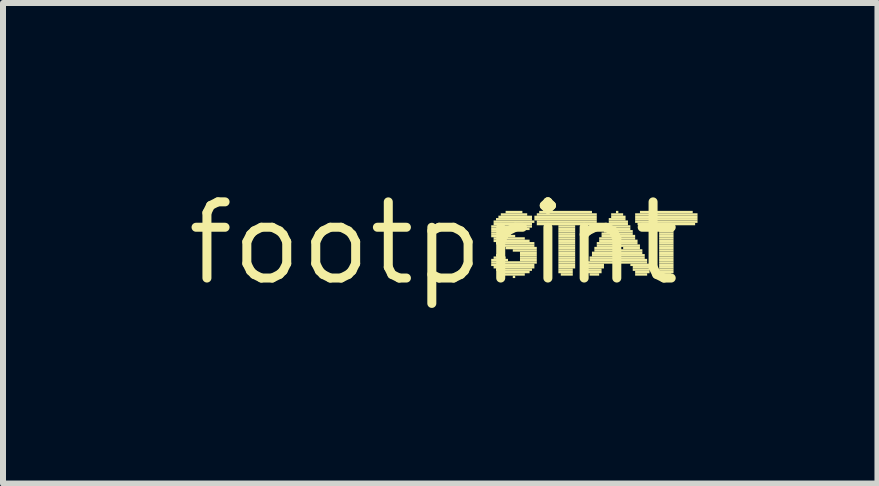
<source format=kicad_pcb>
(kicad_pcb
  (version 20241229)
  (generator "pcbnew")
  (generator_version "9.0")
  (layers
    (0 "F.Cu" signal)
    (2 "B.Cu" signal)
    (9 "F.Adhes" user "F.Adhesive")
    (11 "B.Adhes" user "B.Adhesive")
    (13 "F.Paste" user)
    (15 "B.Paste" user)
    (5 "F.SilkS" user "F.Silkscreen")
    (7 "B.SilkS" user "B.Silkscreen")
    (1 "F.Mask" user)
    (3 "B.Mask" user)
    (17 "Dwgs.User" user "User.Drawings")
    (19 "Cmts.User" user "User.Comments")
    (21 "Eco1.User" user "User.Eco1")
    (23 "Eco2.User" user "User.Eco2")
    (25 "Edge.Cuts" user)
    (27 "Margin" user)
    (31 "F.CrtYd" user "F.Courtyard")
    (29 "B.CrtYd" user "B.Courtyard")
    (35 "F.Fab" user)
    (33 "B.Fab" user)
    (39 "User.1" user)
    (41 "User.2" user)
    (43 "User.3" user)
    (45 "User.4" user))
  (footprint "footprint"
    (layer "F.Cu")
    (at 4.18 1.006)
    (property "Reference" "footprint" (at 0 0 0) (layer "F.SilkS") (effects (font (size 1.27 1.27) (thickness 0.15))))
    (fp_poly (pts (xy 0.96 -0.26) (xy 1.28 -0.26) (xy 1.28 -0.3) (xy 0.96 -0.3)) (stroke (width 0) (type solid)) (fill yes) (layer "F.SilkS"))
    (fp_poly (pts (xy 0.96 -0.22) (xy 1.24 -0.22) (xy 1.24 -0.26) (xy 0.96 -0.26)) (stroke (width 0) (type solid)) (fill yes) (layer "F.SilkS"))
    (fp_poly (pts (xy 0.96 -0.18) (xy 1.24 -0.18) (xy 1.24 -0.22) (xy 0.96 -0.22)) (stroke (width 0) (type solid)) (fill yes) (layer "F.SilkS"))
    (fp_poly (pts (xy 0.96 -0.14) (xy 1.28 -0.14) (xy 1.28 -0.18) (xy 0.96 -0.18)) (stroke (width 0) (type solid)) (fill yes) (layer "F.SilkS"))
    (fp_poly (pts (xy 0.96 -0.1) (xy 1.36 -0.1) (xy 1.36 -0.14) (xy 0.96 -0.14)) (stroke (width 0) (type solid)) (fill yes) (layer "F.SilkS"))
    (fp_poly (pts (xy 0.96 0.3) (xy 1.24 0.3) (xy 1.24 0.26) (xy 0.96 0.26)) (stroke (width 0) (type solid)) (fill yes) (layer "F.SilkS"))
    (fp_poly (pts (xy 0.96 0.34) (xy 1.72 0.34) (xy 1.72 0.3) (xy 0.96 0.3)) (stroke (width 0) (type solid)) (fill yes) (layer "F.SilkS"))
    (fp_poly (pts (xy 0.96 0.38) (xy 1.68 0.38) (xy 1.68 0.34) (xy 0.96 0.34)) (stroke (width 0) (type solid)) (fill yes) (layer "F.SilkS"))
    (fp_poly (pts (xy 1 -0.34) (xy 1.68 -0.34) (xy 1.68 -0.38) (xy 1 -0.38)) (stroke (width 0) (type solid)) (fill yes) (layer "F.SilkS"))
    (fp_poly (pts (xy 1 -0.3) (xy 1.64 -0.3) (xy 1.64 -0.34) (xy 1 -0.34)) (stroke (width 0) (type solid)) (fill yes) (layer "F.SilkS"))
    (fp_poly (pts (xy 1 -0.06) (xy 1.52 -0.06) (xy 1.52 -0.1) (xy 1 -0.1)) (stroke (width 0) (type solid)) (fill yes) (layer "F.SilkS"))
    (fp_poly (pts (xy 1 -0.02) (xy 1.6 -0.02) (xy 1.6 -0.06) (xy 1 -0.06)) (stroke (width 0) (type solid)) (fill yes) (layer "F.SilkS"))
    (fp_poly (pts (xy 1 0.26) (xy 1.2 0.26) (xy 1.2 0.22) (xy 1 0.22)) (stroke (width 0) (type solid)) (fill yes) (layer "F.SilkS"))
    (fp_poly (pts (xy 1 0.42) (xy 1.68 0.42) (xy 1.68 0.38) (xy 1 0.38)) (stroke (width 0) (type solid)) (fill yes) (layer "F.SilkS"))
    (fp_poly (pts (xy 1.04 -0.38) (xy 1.64 -0.38) (xy 1.64 -0.42) (xy 1.04 -0.42)) (stroke (width 0) (type solid)) (fill yes) (layer "F.SilkS"))
    (fp_poly (pts (xy 1.04 0.02) (xy 1.68 0.02) (xy 1.68 -0.02) (xy 1.04 -0.02)) (stroke (width 0) (type solid)) (fill yes) (layer "F.SilkS"))
    (fp_poly (pts (xy 1.04 0.22) (xy 1.16 0.22) (xy 1.16 0.18) (xy 1.04 0.18)) (stroke (width 0) (type solid)) (fill yes) (layer "F.SilkS"))
    (fp_poly (pts (xy 1.04 0.46) (xy 1.64 0.46) (xy 1.64 0.42) (xy 1.04 0.42)) (stroke (width 0) (type solid)) (fill yes) (layer "F.SilkS"))
    (fp_poly (pts (xy 1.08 -0.42) (xy 1.64 -0.42) (xy 1.64 -0.46) (xy 1.08 -0.46)) (stroke (width 0) (type solid)) (fill yes) (layer "F.SilkS"))
    (fp_poly (pts (xy 1.08 0.5) (xy 1.6 0.5) (xy 1.6 0.46) (xy 1.08 0.46)) (stroke (width 0) (type solid)) (fill yes) (layer "F.SilkS"))
    (fp_poly (pts (xy 1.12 -0.46) (xy 1.56 -0.46) (xy 1.56 -0.5) (xy 1.12 -0.5)) (stroke (width 0) (type solid)) (fill yes) (layer "F.SilkS"))
    (fp_poly (pts (xy 1.12 0.06) (xy 1.68 0.06) (xy 1.68 0.02) (xy 1.12 0.02)) (stroke (width 0) (type solid)) (fill yes) (layer "F.SilkS"))
    (fp_poly (pts (xy 1.16 0.54) (xy 1.52 0.54) (xy 1.52 0.5) (xy 1.16 0.5)) (stroke (width 0) (type solid)) (fill yes) (layer "F.SilkS"))
    (fp_poly (pts (xy 1.2 -0.5) (xy 1.48 -0.5) (xy 1.48 -0.54) (xy 1.2 -0.54)) (stroke (width 0) (type solid)) (fill yes) (layer "F.SilkS"))
    (fp_poly (pts (xy 1.2 0.1) (xy 1.72 0.1) (xy 1.72 0.06) (xy 1.2 0.06)) (stroke (width 0) (type solid)) (fill yes) (layer "F.SilkS"))
    (fp_poly (pts (xy 1.32 0.14) (xy 1.72 0.14) (xy 1.72 0.1) (xy 1.32 0.1)) (stroke (width 0) (type solid)) (fill yes) (layer "F.SilkS"))
    (fp_poly (pts (xy 1.32 0.58) (xy 1.36 0.58) (xy 1.36 0.54) (xy 1.32 0.54)) (stroke (width 0) (type solid)) (fill yes) (layer "F.SilkS"))
    (fp_poly (pts (xy 1.4 -0.26) (xy 1.64 -0.26) (xy 1.64 -0.3) (xy 1.4 -0.3)) (stroke (width 0) (type solid)) (fill yes) (layer "F.SilkS"))
    (fp_poly (pts (xy 1.44 -0.22) (xy 1.6 -0.22) (xy 1.6 -0.26) (xy 1.44 -0.26)) (stroke (width 0) (type solid)) (fill yes) (layer "F.SilkS"))
    (fp_poly (pts (xy 1.44 0.18) (xy 1.72 0.18) (xy 1.72 0.14) (xy 1.44 0.14)) (stroke (width 0) (type solid)) (fill yes) (layer "F.SilkS"))
    (fp_poly (pts (xy 1.44 0.22) (xy 1.72 0.22) (xy 1.72 0.18) (xy 1.44 0.18)) (stroke (width 0) (type solid)) (fill yes) (layer "F.SilkS"))
    (fp_poly (pts (xy 1.44 0.26) (xy 1.72 0.26) (xy 1.72 0.22) (xy 1.44 0.22)) (stroke (width 0) (type solid)) (fill yes) (layer "F.SilkS"))
    (fp_poly (pts (xy 1.44 0.3) (xy 1.72 0.3) (xy 1.72 0.26) (xy 1.44 0.26)) (stroke (width 0) (type solid)) (fill yes) (layer "F.SilkS"))
    (fp_poly (pts (xy 1.68 -0.42) (xy 2.72 -0.42) (xy 2.72 -0.46) (xy 1.68 -0.46)) (stroke (width 0) (type solid)) (fill yes) (layer "F.SilkS"))
    (fp_poly (pts (xy 1.68 -0.38) (xy 2.72 -0.38) (xy 2.72 -0.42) (xy 1.68 -0.42)) (stroke (width 0) (type solid)) (fill yes) (layer "F.SilkS"))
    (fp_poly (pts (xy 1.72 -0.46) (xy 2.72 -0.46) (xy 2.72 -0.5) (xy 1.72 -0.5)) (stroke (width 0) (type solid)) (fill yes) (layer "F.SilkS"))
    (fp_poly (pts (xy 1.72 -0.34) (xy 2.72 -0.34) (xy 2.72 -0.38) (xy 1.72 -0.38)) (stroke (width 0) (type solid)) (fill yes) (layer "F.SilkS"))
    (fp_poly (pts (xy 1.72 -0.3) (xy 2.68 -0.3) (xy 2.68 -0.34) (xy 1.72 -0.34)) (stroke (width 0) (type solid)) (fill yes) (layer "F.SilkS"))
    (fp_poly (pts (xy 1.76 -0.5) (xy 2.64 -0.5) (xy 2.64 -0.54) (xy 1.76 -0.54)) (stroke (width 0) (type solid)) (fill yes) (layer "F.SilkS"))
    (fp_poly (pts (xy 2.08 -0.26) (xy 2.36 -0.26) (xy 2.36 -0.3) (xy 2.08 -0.3)) (stroke (width 0) (type solid)) (fill yes) (layer "F.SilkS"))
    (fp_poly (pts (xy 2.08 -0.22) (xy 2.36 -0.22) (xy 2.36 -0.26) (xy 2.08 -0.26)) (stroke (width 0) (type solid)) (fill yes) (layer "F.SilkS"))
    (fp_poly (pts (xy 2.08 -0.18) (xy 2.36 -0.18) (xy 2.36 -0.22) (xy 2.08 -0.22)) (stroke (width 0) (type solid)) (fill yes) (layer "F.SilkS"))
    (fp_poly (pts (xy 2.08 -0.14) (xy 2.36 -0.14) (xy 2.36 -0.18) (xy 2.08 -0.18)) (stroke (width 0) (type solid)) (fill yes) (layer "F.SilkS"))
    (fp_poly (pts (xy 2.08 -0.1) (xy 2.36 -0.1) (xy 2.36 -0.14) (xy 2.08 -0.14)) (stroke (width 0) (type solid)) (fill yes) (layer "F.SilkS"))
    (fp_poly (pts (xy 2.08 -0.06) (xy 2.36 -0.06) (xy 2.36 -0.1) (xy 2.08 -0.1)) (stroke (width 0) (type solid)) (fill yes) (layer "F.SilkS"))
    (fp_poly (pts (xy 2.08 -0.02) (xy 2.36 -0.02) (xy 2.36 -0.06) (xy 2.08 -0.06)) (stroke (width 0) (type solid)) (fill yes) (layer "F.SilkS"))
    (fp_poly (pts (xy 2.08 0.02) (xy 2.36 0.02) (xy 2.36 -0.02) (xy 2.08 -0.02)) (stroke (width 0) (type solid)) (fill yes) (layer "F.SilkS"))
    (fp_poly (pts (xy 2.08 0.06) (xy 2.36 0.06) (xy 2.36 0.02) (xy 2.08 0.02)) (stroke (width 0) (type solid)) (fill yes) (layer "F.SilkS"))
    (fp_poly (pts (xy 2.08 0.1) (xy 2.36 0.1) (xy 2.36 0.06) (xy 2.08 0.06)) (stroke (width 0) (type solid)) (fill yes) (layer "F.SilkS"))
    (fp_poly (pts (xy 2.08 0.14) (xy 2.36 0.14) (xy 2.36 0.1) (xy 2.08 0.1)) (stroke (width 0) (type solid)) (fill yes) (layer "F.SilkS"))
    (fp_poly (pts (xy 2.08 0.18) (xy 2.36 0.18) (xy 2.36 0.14) (xy 2.08 0.14)) (stroke (width 0) (type solid)) (fill yes) (layer "F.SilkS"))
    (fp_poly (pts (xy 2.08 0.22) (xy 2.36 0.22) (xy 2.36 0.18) (xy 2.08 0.18)) (stroke (width 0) (type solid)) (fill yes) (layer "F.SilkS"))
    (fp_poly (pts (xy 2.08 0.26) (xy 2.36 0.26) (xy 2.36 0.22) (xy 2.08 0.22)) (stroke (width 0) (type solid)) (fill yes) (layer "F.SilkS"))
    (fp_poly (pts (xy 2.08 0.3) (xy 2.36 0.3) (xy 2.36 0.26) (xy 2.08 0.26)) (stroke (width 0) (type solid)) (fill yes) (layer "F.SilkS"))
    (fp_poly (pts (xy 2.08 0.34) (xy 2.36 0.34) (xy 2.36 0.3) (xy 2.08 0.3)) (stroke (width 0) (type solid)) (fill yes) (layer "F.SilkS"))
    (fp_poly (pts (xy 2.08 0.38) (xy 2.36 0.38) (xy 2.36 0.34) (xy 2.08 0.34)) (stroke (width 0) (type solid)) (fill yes) (layer "F.SilkS"))
    (fp_poly (pts (xy 2.08 0.42) (xy 2.36 0.42) (xy 2.36 0.38) (xy 2.08 0.38)) (stroke (width 0) (type solid)) (fill yes) (layer "F.SilkS"))
    (fp_poly (pts (xy 2.08 0.46) (xy 2.32 0.46) (xy 2.32 0.42) (xy 2.08 0.42)) (stroke (width 0) (type solid)) (fill yes) (layer "F.SilkS"))
    (fp_poly (pts (xy 2.08 0.5) (xy 2.32 0.5) (xy 2.32 0.46) (xy 2.08 0.46)) (stroke (width 0) (type solid)) (fill yes) (layer "F.SilkS"))
    (fp_poly (pts (xy 2.12 0.54) (xy 2.32 0.54) (xy 2.32 0.5) (xy 2.12 0.5)) (stroke (width 0) (type solid)) (fill yes) (layer "F.SilkS"))
    (fp_poly (pts (xy 2.52 0.46) (xy 2.8 0.46) (xy 2.8 0.42) (xy 2.52 0.42)) (stroke (width 0) (type solid)) (fill yes) (layer "F.SilkS"))
    (fp_poly (pts (xy 2.56 0.34) (xy 3.56 0.34) (xy 3.56 0.3) (xy 2.56 0.3)) (stroke (width 0) (type solid)) (fill yes) (layer "F.SilkS"))
    (fp_poly (pts (xy 2.56 0.38) (xy 2.84 0.38) (xy 2.84 0.34) (xy 2.56 0.34)) (stroke (width 0) (type solid)) (fill yes) (layer "F.SilkS"))
    (fp_poly (pts (xy 2.56 0.42) (xy 2.84 0.42) (xy 2.84 0.38) (xy 2.56 0.38)) (stroke (width 0) (type solid)) (fill yes) (layer "F.SilkS"))
    (fp_poly (pts (xy 2.56 0.5) (xy 2.8 0.5) (xy 2.8 0.46) (xy 2.56 0.46)) (stroke (width 0) (type solid)) (fill yes) (layer "F.SilkS"))
    (fp_poly (pts (xy 2.6 0.26) (xy 3.52 0.26) (xy 3.52 0.22) (xy 2.6 0.22)) (stroke (width 0) (type solid)) (fill yes) (layer "F.SilkS"))
    (fp_poly (pts (xy 2.6 0.3) (xy 3.56 0.3) (xy 3.56 0.26) (xy 2.6 0.26)) (stroke (width 0) (type solid)) (fill yes) (layer "F.SilkS"))
    (fp_poly (pts (xy 2.6 0.54) (xy 2.76 0.54) (xy 2.76 0.5) (xy 2.6 0.5)) (stroke (width 0) (type solid)) (fill yes) (layer "F.SilkS"))
    (fp_poly (pts (xy 2.64 0.18) (xy 3.48 0.18) (xy 3.48 0.14) (xy 2.64 0.14)) (stroke (width 0) (type solid)) (fill yes) (layer "F.SilkS"))
    (fp_poly (pts (xy 2.64 0.22) (xy 3.52 0.22) (xy 3.52 0.18) (xy 2.64 0.18)) (stroke (width 0) (type solid)) (fill yes) (layer "F.SilkS"))
    (fp_poly (pts (xy 2.68 0.1) (xy 3 0.1) (xy 3 0.06) (xy 2.68 0.06)) (stroke (width 0) (type solid)) (fill yes) (layer "F.SilkS"))
    (fp_poly (pts (xy 2.68 0.14) (xy 3.48 0.14) (xy 3.48 0.1) (xy 2.68 0.1)) (stroke (width 0) (type solid)) (fill yes) (layer "F.SilkS"))
    (fp_poly (pts (xy 2.72 0.02) (xy 3.04 0.02) (xy 3.04 -0.02) (xy 2.72 -0.02)) (stroke (width 0) (type solid)) (fill yes) (layer "F.SilkS"))
    (fp_poly (pts (xy 2.72 0.06) (xy 3 0.06) (xy 3 0.02) (xy 2.72 0.02)) (stroke (width 0) (type solid)) (fill yes) (layer "F.SilkS"))
    (fp_poly (pts (xy 2.76 -0.06) (xy 3.36 -0.06) (xy 3.36 -0.1) (xy 2.76 -0.1)) (stroke (width 0) (type solid)) (fill yes) (layer "F.SilkS"))
    (fp_poly (pts (xy 2.76 -0.02) (xy 3.04 -0.02) (xy 3.04 -0.06) (xy 2.76 -0.06)) (stroke (width 0) (type solid)) (fill yes) (layer "F.SilkS"))
    (fp_poly (pts (xy 2.8 -0.14) (xy 3.32 -0.14) (xy 3.32 -0.18) (xy 2.8 -0.18)) (stroke (width 0) (type solid)) (fill yes) (layer "F.SilkS"))
    (fp_poly (pts (xy 2.8 -0.1) (xy 3.36 -0.1) (xy 3.36 -0.14) (xy 2.8 -0.14)) (stroke (width 0) (type solid)) (fill yes) (layer "F.SilkS"))
    (fp_poly (pts (xy 2.84 -0.22) (xy 3.28 -0.22) (xy 3.28 -0.26) (xy 2.84 -0.26)) (stroke (width 0) (type solid)) (fill yes) (layer "F.SilkS"))
    (fp_poly (pts (xy 2.84 -0.18) (xy 3.32 -0.18) (xy 3.32 -0.22) (xy 2.84 -0.22)) (stroke (width 0) (type solid)) (fill yes) (layer "F.SilkS"))
    (fp_poly (pts (xy 2.88 -0.3) (xy 3.24 -0.3) (xy 3.24 -0.34) (xy 2.88 -0.34)) (stroke (width 0) (type solid)) (fill yes) (layer "F.SilkS"))
    (fp_poly (pts (xy 2.88 -0.26) (xy 3.28 -0.26) (xy 3.28 -0.3) (xy 2.88 -0.3)) (stroke (width 0) (type solid)) (fill yes) (layer "F.SilkS"))
    (fp_poly (pts (xy 2.92 -0.38) (xy 3.2 -0.38) (xy 3.2 -0.42) (xy 2.92 -0.42)) (stroke (width 0) (type solid)) (fill yes) (layer "F.SilkS"))
    (fp_poly (pts (xy 2.92 -0.34) (xy 3.24 -0.34) (xy 3.24 -0.38) (xy 2.92 -0.38)) (stroke (width 0) (type solid)) (fill yes) (layer "F.SilkS"))
    (fp_poly (pts (xy 2.96 -0.46) (xy 3.16 -0.46) (xy 3.16 -0.5) (xy 2.96 -0.5)) (stroke (width 0) (type solid)) (fill yes) (layer "F.SilkS"))
    (fp_poly (pts (xy 2.96 -0.42) (xy 3.2 -0.42) (xy 3.2 -0.46) (xy 2.96 -0.46)) (stroke (width 0) (type solid)) (fill yes) (layer "F.SilkS"))
    (fp_poly (pts (xy 3.04 -0.5) (xy 3.08 -0.5) (xy 3.08 -0.54) (xy 3.04 -0.54)) (stroke (width 0) (type solid)) (fill yes) (layer "F.SilkS"))
    (fp_poly (pts (xy 3.08 -0.02) (xy 3.4 -0.02) (xy 3.4 -0.06) (xy 3.08 -0.06)) (stroke (width 0) (type solid)) (fill yes) (layer "F.SilkS"))
    (fp_poly (pts (xy 3.12 0.02) (xy 3.4 0.02) (xy 3.4 -0.02) (xy 3.12 -0.02)) (stroke (width 0) (type solid)) (fill yes) (layer "F.SilkS"))
    (fp_poly (pts (xy 3.12 0.06) (xy 3.44 0.06) (xy 3.44 0.02) (xy 3.12 0.02)) (stroke (width 0) (type solid)) (fill yes) (layer "F.SilkS"))
    (fp_poly (pts (xy 3.16 0.1) (xy 3.44 0.1) (xy 3.44 0.06) (xy 3.16 0.06)) (stroke (width 0) (type solid)) (fill yes) (layer "F.SilkS"))
    (fp_poly (pts (xy 3.28 0.38) (xy 3.6 0.38) (xy 3.6 0.34) (xy 3.28 0.34)) (stroke (width 0) (type solid)) (fill yes) (layer "F.SilkS"))
    (fp_poly (pts (xy 3.32 0.42) (xy 3.6 0.42) (xy 3.6 0.38) (xy 3.32 0.38)) (stroke (width 0) (type solid)) (fill yes) (layer "F.SilkS"))
    (fp_poly (pts (xy 3.32 0.46) (xy 3.6 0.46) (xy 3.6 0.42) (xy 3.32 0.42)) (stroke (width 0) (type solid)) (fill yes) (layer "F.SilkS"))
    (fp_poly (pts (xy 3.36 -0.46) (xy 4.4 -0.46) (xy 4.4 -0.5) (xy 3.36 -0.5)) (stroke (width 0) (type solid)) (fill yes) (layer "F.SilkS"))
    (fp_poly (pts (xy 3.36 -0.42) (xy 4.4 -0.42) (xy 4.4 -0.46) (xy 3.36 -0.46)) (stroke (width 0) (type solid)) (fill yes) (layer "F.SilkS"))
    (fp_poly (pts (xy 3.36 -0.38) (xy 4.4 -0.38) (xy 4.4 -0.42) (xy 3.36 -0.42)) (stroke (width 0) (type solid)) (fill yes) (layer "F.SilkS"))
    (fp_poly (pts (xy 3.36 -0.34) (xy 4.4 -0.34) (xy 4.4 -0.38) (xy 3.36 -0.38)) (stroke (width 0) (type solid)) (fill yes) (layer "F.SilkS"))
    (fp_poly (pts (xy 3.36 0.5) (xy 3.6 0.5) (xy 3.6 0.46) (xy 3.36 0.46)) (stroke (width 0) (type solid)) (fill yes) (layer "F.SilkS"))
    (fp_poly (pts (xy 3.36 0.54) (xy 3.56 0.54) (xy 3.56 0.5) (xy 3.36 0.5)) (stroke (width 0) (type solid)) (fill yes) (layer "F.SilkS"))
    (fp_poly (pts (xy 3.4 -0.3) (xy 4.36 -0.3) (xy 4.36 -0.34) (xy 3.4 -0.34)) (stroke (width 0) (type solid)) (fill yes) (layer "F.SilkS"))
    (fp_poly (pts (xy 3.44 -0.5) (xy 4.32 -0.5) (xy 4.32 -0.54) (xy 3.44 -0.54)) (stroke (width 0) (type solid)) (fill yes) (layer "F.SilkS"))
    (fp_poly (pts (xy 3.76 -0.26) (xy 4 -0.26) (xy 4 -0.3) (xy 3.76 -0.3)) (stroke (width 0) (type solid)) (fill yes) (layer "F.SilkS"))
    (fp_poly (pts (xy 3.76 -0.22) (xy 4 -0.22) (xy 4 -0.26) (xy 3.76 -0.26)) (stroke (width 0) (type solid)) (fill yes) (layer "F.SilkS"))
    (fp_poly (pts (xy 3.76 -0.18) (xy 4 -0.18) (xy 4 -0.22) (xy 3.76 -0.22)) (stroke (width 0) (type solid)) (fill yes) (layer "F.SilkS"))
    (fp_poly (pts (xy 3.76 -0.14) (xy 4 -0.14) (xy 4 -0.18) (xy 3.76 -0.18)) (stroke (width 0) (type solid)) (fill yes) (layer "F.SilkS"))
    (fp_poly (pts (xy 3.76 -0.1) (xy 4 -0.1) (xy 4 -0.14) (xy 3.76 -0.14)) (stroke (width 0) (type solid)) (fill yes) (layer "F.SilkS"))
    (fp_poly (pts (xy 3.76 -0.06) (xy 4 -0.06) (xy 4 -0.1) (xy 3.76 -0.1)) (stroke (width 0) (type solid)) (fill yes) (layer "F.SilkS"))
    (fp_poly (pts (xy 3.76 -0.02) (xy 4 -0.02) (xy 4 -0.06) (xy 3.76 -0.06)) (stroke (width 0) (type solid)) (fill yes) (layer "F.SilkS"))
    (fp_poly (pts (xy 3.76 0.02) (xy 4 0.02) (xy 4 -0.02) (xy 3.76 -0.02)) (stroke (width 0) (type solid)) (fill yes) (layer "F.SilkS"))
    (fp_poly (pts (xy 3.76 0.06) (xy 4 0.06) (xy 4 0.02) (xy 3.76 0.02)) (stroke (width 0) (type solid)) (fill yes) (layer "F.SilkS"))
    (fp_poly (pts (xy 3.76 0.1) (xy 4 0.1) (xy 4 0.06) (xy 3.76 0.06)) (stroke (width 0) (type solid)) (fill yes) (layer "F.SilkS"))
    (fp_poly (pts (xy 3.76 0.14) (xy 4 0.14) (xy 4 0.1) (xy 3.76 0.1)) (stroke (width 0) (type solid)) (fill yes) (layer "F.SilkS"))
    (fp_poly (pts (xy 3.76 0.18) (xy 4 0.18) (xy 4 0.14) (xy 3.76 0.14)) (stroke (width 0) (type solid)) (fill yes) (layer "F.SilkS"))
    (fp_poly (pts (xy 3.76 0.22) (xy 4 0.22) (xy 4 0.18) (xy 3.76 0.18)) (stroke (width 0) (type solid)) (fill yes) (layer "F.SilkS"))
    (fp_poly (pts (xy 3.76 0.26) (xy 4 0.26) (xy 4 0.22) (xy 3.76 0.22)) (stroke (width 0) (type solid)) (fill yes) (layer "F.SilkS"))
    (fp_poly (pts (xy 3.76 0.3) (xy 4 0.3) (xy 4 0.26) (xy 3.76 0.26)) (stroke (width 0) (type solid)) (fill yes) (layer "F.SilkS"))
    (fp_poly (pts (xy 3.76 0.34) (xy 4 0.34) (xy 4 0.3) (xy 3.76 0.3)) (stroke (width 0) (type solid)) (fill yes) (layer "F.SilkS"))
    (fp_poly (pts (xy 3.76 0.38) (xy 4 0.38) (xy 4 0.34) (xy 3.76 0.34)) (stroke (width 0) (type solid)) (fill yes) (layer "F.SilkS"))
    (fp_poly (pts (xy 3.76 0.42) (xy 4 0.42) (xy 4 0.38) (xy 3.76 0.38)) (stroke (width 0) (type solid)) (fill yes) (layer "F.SilkS"))
    (fp_poly (pts (xy 3.76 0.46) (xy 4 0.46) (xy 4 0.42) (xy 3.76 0.42)) (stroke (width 0) (type solid)) (fill yes) (layer "F.SilkS"))
    (fp_poly (pts (xy 3.76 0.5) (xy 4 0.5) (xy 4 0.46) (xy 3.76 0.46)) (stroke (width 0) (type solid)) (fill yes) (layer "F.SilkS"))
    (fp_poly (pts (xy 3.8 0.54) (xy 3.96 0.54) (xy 3.96 0.5) (xy 3.8 0.5)) (stroke (width 0) (type solid)) (fill yes) (layer "F.SilkS")))
  (gr_rect
    (start -3 -3)
    (end 11.58 5.012)
    (stroke (width 0.1) (type default))
    (fill no)
    (layer "Edge.Cuts")))
</source>
